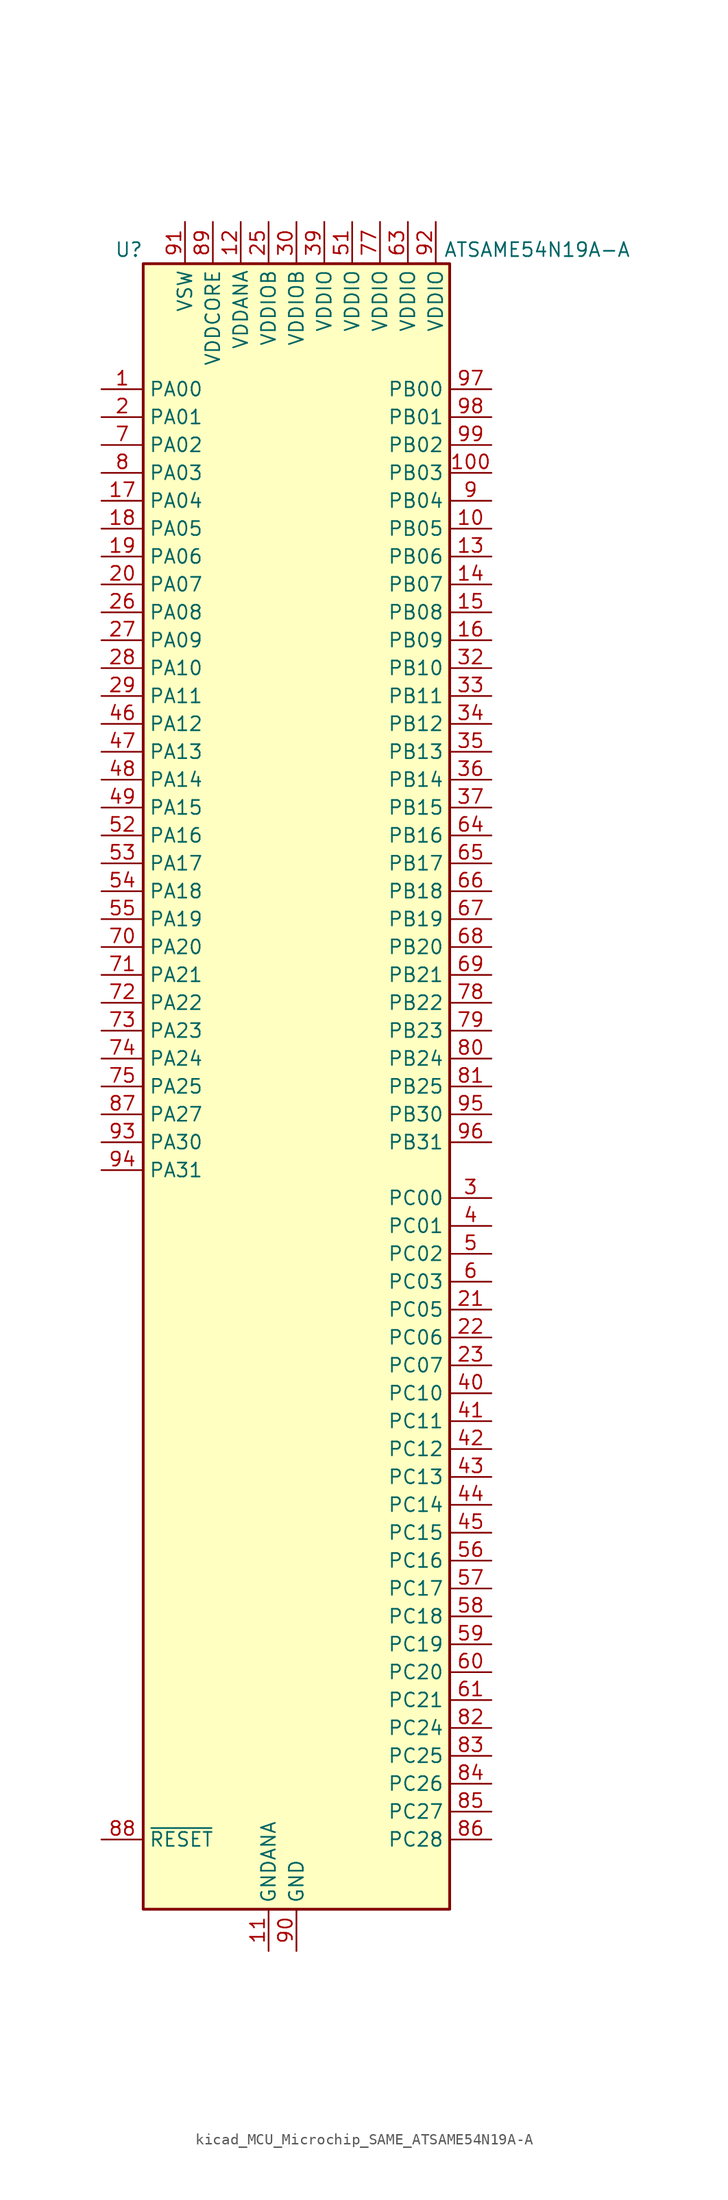
<source format=kicad_sym>
(kicad_symbol_lib
  (version 20220914)
  (generator kicad_symbol_editor)
  (symbol "kicad_MCU_Microchip_SAME_ATSAME54N19A-A"
    (property "Reference" "U"
      (at -13.97 76.2 0)
      (effects (font (size 1.27 1.27)) (justify right)))
    (property "Value" "ATSAME54N19A-A"
      (at 30.48 76.2 0)
      (effects (font (size 1.27 1.27)) (justify right)))
    (symbol "kicad_MCU_Microchip_SAME_ATSAME54N19A-A_1_1"
      (rectangle (start -13.97 74.93) (end 13.97 -74.93) (stroke (width 0.254) (type default)) (fill (type background)))
      (pin bidirectional line (at -17.78 63.5 0) (length 3.81) (name "PA00" (effects (font (size 1.27 1.27)))) (number "1" (effects (font (size 1.27 1.27)))))
      (pin bidirectional line (at 17.78 50.8 180) (length 3.81) (name "PB05" (effects (font (size 1.27 1.27)))) (number "10" (effects (font (size 1.27 1.27)))))
      (pin bidirectional line (at 17.78 55.88 180) (length 3.81) (name "PB03" (effects (font (size 1.27 1.27)))) (number "100" (effects (font (size 1.27 1.27)))))
      (pin power_in line (at -2.54 -78.74 90) (length 3.81) (name "GNDANA" (effects (font (size 1.27 1.27)))) (number "11" (effects (font (size 1.27 1.27)))))
      (pin power_in line (at -5.08 78.74 270) (length 3.81) (name "VDDANA" (effects (font (size 1.27 1.27)))) (number "12" (effects (font (size 1.27 1.27)))))
      (pin bidirectional line (at 17.78 48.26 180) (length 3.81) (name "PB06" (effects (font (size 1.27 1.27)))) (number "13" (effects (font (size 1.27 1.27)))))
      (pin bidirectional line (at 17.78 45.72 180) (length 3.81) (name "PB07" (effects (font (size 1.27 1.27)))) (number "14" (effects (font (size 1.27 1.27)))))
      (pin bidirectional line (at 17.78 43.18 180) (length 3.81) (name "PB08" (effects (font (size 1.27 1.27)))) (number "15" (effects (font (size 1.27 1.27)))))
      (pin bidirectional line (at 17.78 40.64 180) (length 3.81) (name "PB09" (effects (font (size 1.27 1.27)))) (number "16" (effects (font (size 1.27 1.27)))))
      (pin bidirectional line (at -17.78 53.34 0) (length 3.81) (name "PA04" (effects (font (size 1.27 1.27)))) (number "17" (effects (font (size 1.27 1.27)))))
      (pin bidirectional line (at -17.78 50.8 0) (length 3.81) (name "PA05" (effects (font (size 1.27 1.27)))) (number "18" (effects (font (size 1.27 1.27)))))
      (pin bidirectional line (at -17.78 48.26 0) (length 3.81) (name "PA06" (effects (font (size 1.27 1.27)))) (number "19" (effects (font (size 1.27 1.27)))))
      (pin bidirectional line (at -17.78 60.96 0) (length 3.81) (name "PA01" (effects (font (size 1.27 1.27)))) (number "2" (effects (font (size 1.27 1.27)))))
      (pin bidirectional line (at -17.78 45.72 0) (length 3.81) (name "PA07" (effects (font (size 1.27 1.27)))) (number "20" (effects (font (size 1.27 1.27)))))
      (pin bidirectional line (at 17.78 -20.32 180) (length 3.81) (name "PC05" (effects (font (size 1.27 1.27)))) (number "21" (effects (font (size 1.27 1.27)))))
      (pin bidirectional line (at 17.78 -22.86 180) (length 3.81) (name "PC06" (effects (font (size 1.27 1.27)))) (number "22" (effects (font (size 1.27 1.27)))))
      (pin bidirectional line (at 17.78 -25.4 180) (length 3.81) (name "PC07" (effects (font (size 1.27 1.27)))) (number "23" (effects (font (size 1.27 1.27)))))
      (pin passive line (at 0 -78.74 90) (length 3.81) hide (name "GND" (effects (font (size 1.27 1.27)))) (number "24" (effects (font (size 1.27 1.27)))))
      (pin power_in line (at -2.54 78.74 270) (length 3.81) (name "VDDIOB" (effects (font (size 1.27 1.27)))) (number "25" (effects (font (size 1.27 1.27)))))
      (pin bidirectional line (at -17.78 43.18 0) (length 3.81) (name "PA08" (effects (font (size 1.27 1.27)))) (number "26" (effects (font (size 1.27 1.27)))))
      (pin bidirectional line (at -17.78 40.64 0) (length 3.81) (name "PA09" (effects (font (size 1.27 1.27)))) (number "27" (effects (font (size 1.27 1.27)))))
      (pin bidirectional line (at -17.78 38.1 0) (length 3.81) (name "PA10" (effects (font (size 1.27 1.27)))) (number "28" (effects (font (size 1.27 1.27)))))
      (pin bidirectional line (at -17.78 35.56 0) (length 3.81) (name "PA11" (effects (font (size 1.27 1.27)))) (number "29" (effects (font (size 1.27 1.27)))))
      (pin bidirectional line (at 17.78 -10.16 180) (length 3.81) (name "PC00" (effects (font (size 1.27 1.27)))) (number "3" (effects (font (size 1.27 1.27)))))
      (pin power_in line (at 0 78.74 270) (length 3.81) (name "VDDIOB" (effects (font (size 1.27 1.27)))) (number "30" (effects (font (size 1.27 1.27)))))
      (pin passive line (at 0 -78.74 90) (length 3.81) hide (name "GND" (effects (font (size 1.27 1.27)))) (number "31" (effects (font (size 1.27 1.27)))))
      (pin bidirectional line (at 17.78 38.1 180) (length 3.81) (name "PB10" (effects (font (size 1.27 1.27)))) (number "32" (effects (font (size 1.27 1.27)))))
      (pin bidirectional line (at 17.78 35.56 180) (length 3.81) (name "PB11" (effects (font (size 1.27 1.27)))) (number "33" (effects (font (size 1.27 1.27)))))
      (pin bidirectional line (at 17.78 33.02 180) (length 3.81) (name "PB12" (effects (font (size 1.27 1.27)))) (number "34" (effects (font (size 1.27 1.27)))))
      (pin bidirectional line (at 17.78 30.48 180) (length 3.81) (name "PB13" (effects (font (size 1.27 1.27)))) (number "35" (effects (font (size 1.27 1.27)))))
      (pin bidirectional line (at 17.78 27.94 180) (length 3.81) (name "PB14" (effects (font (size 1.27 1.27)))) (number "36" (effects (font (size 1.27 1.27)))))
      (pin bidirectional line (at 17.78 25.4 180) (length 3.81) (name "PB15" (effects (font (size 1.27 1.27)))) (number "37" (effects (font (size 1.27 1.27)))))
      (pin passive line (at 0 -78.74 90) (length 3.81) hide (name "GND" (effects (font (size 1.27 1.27)))) (number "38" (effects (font (size 1.27 1.27)))))
      (pin power_in line (at 2.54 78.74 270) (length 3.81) (name "VDDIO" (effects (font (size 1.27 1.27)))) (number "39" (effects (font (size 1.27 1.27)))))
      (pin bidirectional line (at 17.78 -12.7 180) (length 3.81) (name "PC01" (effects (font (size 1.27 1.27)))) (number "4" (effects (font (size 1.27 1.27)))))
      (pin bidirectional line (at 17.78 -27.94 180) (length 3.81) (name "PC10" (effects (font (size 1.27 1.27)))) (number "40" (effects (font (size 1.27 1.27)))))
      (pin bidirectional line (at 17.78 -30.48 180) (length 3.81) (name "PC11" (effects (font (size 1.27 1.27)))) (number "41" (effects (font (size 1.27 1.27)))))
      (pin bidirectional line (at 17.78 -33.02 180) (length 3.81) (name "PC12" (effects (font (size 1.27 1.27)))) (number "42" (effects (font (size 1.27 1.27)))))
      (pin bidirectional line (at 17.78 -35.56 180) (length 3.81) (name "PC13" (effects (font (size 1.27 1.27)))) (number "43" (effects (font (size 1.27 1.27)))))
      (pin bidirectional line (at 17.78 -38.1 180) (length 3.81) (name "PC14" (effects (font (size 1.27 1.27)))) (number "44" (effects (font (size 1.27 1.27)))))
      (pin bidirectional line (at 17.78 -40.64 180) (length 3.81) (name "PC15" (effects (font (size 1.27 1.27)))) (number "45" (effects (font (size 1.27 1.27)))))
      (pin bidirectional line (at -17.78 33.02 0) (length 3.81) (name "PA12" (effects (font (size 1.27 1.27)))) (number "46" (effects (font (size 1.27 1.27)))))
      (pin bidirectional line (at -17.78 30.48 0) (length 3.81) (name "PA13" (effects (font (size 1.27 1.27)))) (number "47" (effects (font (size 1.27 1.27)))))
      (pin bidirectional line (at -17.78 27.94 0) (length 3.81) (name "PA14" (effects (font (size 1.27 1.27)))) (number "48" (effects (font (size 1.27 1.27)))))
      (pin bidirectional line (at -17.78 25.4 0) (length 3.81) (name "PA15" (effects (font (size 1.27 1.27)))) (number "49" (effects (font (size 1.27 1.27)))))
      (pin bidirectional line (at 17.78 -15.24 180) (length 3.81) (name "PC02" (effects (font (size 1.27 1.27)))) (number "5" (effects (font (size 1.27 1.27)))))
      (pin passive line (at 0 -78.74 90) (length 3.81) hide (name "GND" (effects (font (size 1.27 1.27)))) (number "50" (effects (font (size 1.27 1.27)))))
      (pin power_in line (at 5.08 78.74 270) (length 3.81) (name "VDDIO" (effects (font (size 1.27 1.27)))) (number "51" (effects (font (size 1.27 1.27)))))
      (pin bidirectional line (at -17.78 22.86 0) (length 3.81) (name "PA16" (effects (font (size 1.27 1.27)))) (number "52" (effects (font (size 1.27 1.27)))))
      (pin bidirectional line (at -17.78 20.32 0) (length 3.81) (name "PA17" (effects (font (size 1.27 1.27)))) (number "53" (effects (font (size 1.27 1.27)))))
      (pin bidirectional line (at -17.78 17.78 0) (length 3.81) (name "PA18" (effects (font (size 1.27 1.27)))) (number "54" (effects (font (size 1.27 1.27)))))
      (pin bidirectional line (at -17.78 15.24 0) (length 3.81) (name "PA19" (effects (font (size 1.27 1.27)))) (number "55" (effects (font (size 1.27 1.27)))))
      (pin bidirectional line (at 17.78 -43.18 180) (length 3.81) (name "PC16" (effects (font (size 1.27 1.27)))) (number "56" (effects (font (size 1.27 1.27)))))
      (pin bidirectional line (at 17.78 -45.72 180) (length 3.81) (name "PC17" (effects (font (size 1.27 1.27)))) (number "57" (effects (font (size 1.27 1.27)))))
      (pin bidirectional line (at 17.78 -48.26 180) (length 3.81) (name "PC18" (effects (font (size 1.27 1.27)))) (number "58" (effects (font (size 1.27 1.27)))))
      (pin bidirectional line (at 17.78 -50.8 180) (length 3.81) (name "PC19" (effects (font (size 1.27 1.27)))) (number "59" (effects (font (size 1.27 1.27)))))
      (pin bidirectional line (at 17.78 -17.78 180) (length 3.81) (name "PC03" (effects (font (size 1.27 1.27)))) (number "6" (effects (font (size 1.27 1.27)))))
      (pin bidirectional line (at 17.78 -53.34 180) (length 3.81) (name "PC20" (effects (font (size 1.27 1.27)))) (number "60" (effects (font (size 1.27 1.27)))))
      (pin bidirectional line (at 17.78 -55.88 180) (length 3.81) (name "PC21" (effects (font (size 1.27 1.27)))) (number "61" (effects (font (size 1.27 1.27)))))
      (pin passive line (at 0 -78.74 90) (length 3.81) hide (name "GND" (effects (font (size 1.27 1.27)))) (number "62" (effects (font (size 1.27 1.27)))))
      (pin power_in line (at 10.16 78.74 270) (length 3.81) (name "VDDIO" (effects (font (size 1.27 1.27)))) (number "63" (effects (font (size 1.27 1.27)))))
      (pin bidirectional line (at 17.78 22.86 180) (length 3.81) (name "PB16" (effects (font (size 1.27 1.27)))) (number "64" (effects (font (size 1.27 1.27)))))
      (pin bidirectional line (at 17.78 20.32 180) (length 3.81) (name "PB17" (effects (font (size 1.27 1.27)))) (number "65" (effects (font (size 1.27 1.27)))))
      (pin bidirectional line (at 17.78 17.78 180) (length 3.81) (name "PB18" (effects (font (size 1.27 1.27)))) (number "66" (effects (font (size 1.27 1.27)))))
      (pin bidirectional line (at 17.78 15.24 180) (length 3.81) (name "PB19" (effects (font (size 1.27 1.27)))) (number "67" (effects (font (size 1.27 1.27)))))
      (pin bidirectional line (at 17.78 12.7 180) (length 3.81) (name "PB20" (effects (font (size 1.27 1.27)))) (number "68" (effects (font (size 1.27 1.27)))))
      (pin bidirectional line (at 17.78 10.16 180) (length 3.81) (name "PB21" (effects (font (size 1.27 1.27)))) (number "69" (effects (font (size 1.27 1.27)))))
      (pin bidirectional line (at -17.78 58.42 0) (length 3.81) (name "PA02" (effects (font (size 1.27 1.27)))) (number "7" (effects (font (size 1.27 1.27)))))
      (pin bidirectional line (at -17.78 12.7 0) (length 3.81) (name "PA20" (effects (font (size 1.27 1.27)))) (number "70" (effects (font (size 1.27 1.27)))))
      (pin bidirectional line (at -17.78 10.16 0) (length 3.81) (name "PA21" (effects (font (size 1.27 1.27)))) (number "71" (effects (font (size 1.27 1.27)))))
      (pin bidirectional line (at -17.78 7.62 0) (length 3.81) (name "PA22" (effects (font (size 1.27 1.27)))) (number "72" (effects (font (size 1.27 1.27)))))
      (pin bidirectional line (at -17.78 5.08 0) (length 3.81) (name "PA23" (effects (font (size 1.27 1.27)))) (number "73" (effects (font (size 1.27 1.27)))))
      (pin bidirectional line (at -17.78 2.54 0) (length 3.81) (name "PA24" (effects (font (size 1.27 1.27)))) (number "74" (effects (font (size 1.27 1.27)))))
      (pin bidirectional line (at -17.78 0 0) (length 3.81) (name "PA25" (effects (font (size 1.27 1.27)))) (number "75" (effects (font (size 1.27 1.27)))))
      (pin passive line (at 0 -78.74 90) (length 3.81) hide (name "GND" (effects (font (size 1.27 1.27)))) (number "76" (effects (font (size 1.27 1.27)))))
      (pin power_in line (at 7.62 78.74 270) (length 3.81) (name "VDDIO" (effects (font (size 1.27 1.27)))) (number "77" (effects (font (size 1.27 1.27)))))
      (pin bidirectional line (at 17.78 7.62 180) (length 3.81) (name "PB22" (effects (font (size 1.27 1.27)))) (number "78" (effects (font (size 1.27 1.27)))))
      (pin bidirectional line (at 17.78 5.08 180) (length 3.81) (name "PB23" (effects (font (size 1.27 1.27)))) (number "79" (effects (font (size 1.27 1.27)))))
      (pin bidirectional line (at -17.78 55.88 0) (length 3.81) (name "PA03" (effects (font (size 1.27 1.27)))) (number "8" (effects (font (size 1.27 1.27)))))
      (pin bidirectional line (at 17.78 2.54 180) (length 3.81) (name "PB24" (effects (font (size 1.27 1.27)))) (number "80" (effects (font (size 1.27 1.27)))))
      (pin bidirectional line (at 17.78 0 180) (length 3.81) (name "PB25" (effects (font (size 1.27 1.27)))) (number "81" (effects (font (size 1.27 1.27)))))
      (pin bidirectional line (at 17.78 -58.42 180) (length 3.81) (name "PC24" (effects (font (size 1.27 1.27)))) (number "82" (effects (font (size 1.27 1.27)))))
      (pin bidirectional line (at 17.78 -60.96 180) (length 3.81) (name "PC25" (effects (font (size 1.27 1.27)))) (number "83" (effects (font (size 1.27 1.27)))))
      (pin bidirectional line (at 17.78 -63.5 180) (length 3.81) (name "PC26" (effects (font (size 1.27 1.27)))) (number "84" (effects (font (size 1.27 1.27)))))
      (pin bidirectional line (at 17.78 -66.04 180) (length 3.81) (name "PC27" (effects (font (size 1.27 1.27)))) (number "85" (effects (font (size 1.27 1.27)))))
      (pin bidirectional line (at 17.78 -68.58 180) (length 3.81) (name "PC28" (effects (font (size 1.27 1.27)))) (number "86" (effects (font (size 1.27 1.27)))))
      (pin bidirectional line (at -17.78 -2.54 0) (length 3.81) (name "PA27" (effects (font (size 1.27 1.27)))) (number "87" (effects (font (size 1.27 1.27)))))
      (pin input line (at -17.78 -68.58 0) (length 3.81) (name "~{RESET}" (effects (font (size 1.27 1.27)))) (number "88" (effects (font (size 1.27 1.27)))))
      (pin power_out line (at -7.62 78.74 270) (length 3.81) (name "VDDCORE" (effects (font (size 1.27 1.27)))) (number "89" (effects (font (size 1.27 1.27)))))
      (pin bidirectional line (at 17.78 53.34 180) (length 3.81) (name "PB04" (effects (font (size 1.27 1.27)))) (number "9" (effects (font (size 1.27 1.27)))))
      (pin power_in line (at 0 -78.74 90) (length 3.81) (name "GND" (effects (font (size 1.27 1.27)))) (number "90" (effects (font (size 1.27 1.27)))))
      (pin power_in line (at -10.16 78.74 270) (length 3.81) (name "VSW" (effects (font (size 1.27 1.27)))) (number "91" (effects (font (size 1.27 1.27)))))
      (pin power_in line (at 12.7 78.74 270) (length 3.81) (name "VDDIO" (effects (font (size 1.27 1.27)))) (number "92" (effects (font (size 1.27 1.27)))))
      (pin bidirectional line (at -17.78 -5.08 0) (length 3.81) (name "PA30" (effects (font (size 1.27 1.27)))) (number "93" (effects (font (size 1.27 1.27)))))
      (pin bidirectional line (at -17.78 -7.62 0) (length 3.81) (name "PA31" (effects (font (size 1.27 1.27)))) (number "94" (effects (font (size 1.27 1.27)))))
      (pin bidirectional line (at 17.78 -2.54 180) (length 3.81) (name "PB30" (effects (font (size 1.27 1.27)))) (number "95" (effects (font (size 1.27 1.27)))))
      (pin bidirectional line (at 17.78 -5.08 180) (length 3.81) (name "PB31" (effects (font (size 1.27 1.27)))) (number "96" (effects (font (size 1.27 1.27)))))
      (pin bidirectional line (at 17.78 63.5 180) (length 3.81) (name "PB00" (effects (font (size 1.27 1.27)))) (number "97" (effects (font (size 1.27 1.27)))))
      (pin bidirectional line (at 17.78 60.96 180) (length 3.81) (name "PB01" (effects (font (size 1.27 1.27)))) (number "98" (effects (font (size 1.27 1.27)))))
      (pin bidirectional line (at 17.78 58.42 180) (length 3.81) (name "PB02" (effects (font (size 1.27 1.27)))) (number "99" (effects (font (size 1.27 1.27))))))))
</source>
